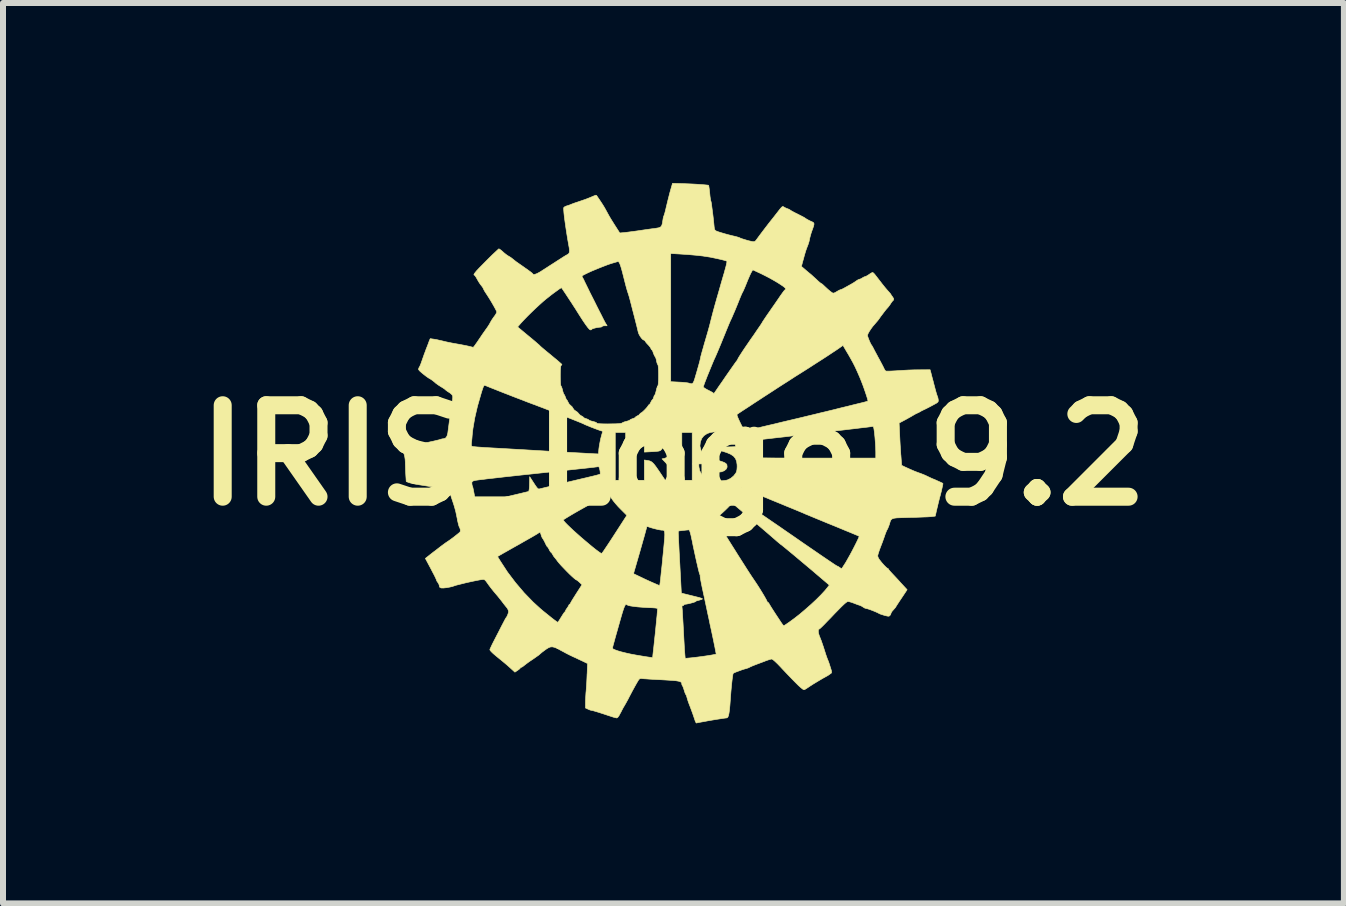
<source format=kicad_pcb>
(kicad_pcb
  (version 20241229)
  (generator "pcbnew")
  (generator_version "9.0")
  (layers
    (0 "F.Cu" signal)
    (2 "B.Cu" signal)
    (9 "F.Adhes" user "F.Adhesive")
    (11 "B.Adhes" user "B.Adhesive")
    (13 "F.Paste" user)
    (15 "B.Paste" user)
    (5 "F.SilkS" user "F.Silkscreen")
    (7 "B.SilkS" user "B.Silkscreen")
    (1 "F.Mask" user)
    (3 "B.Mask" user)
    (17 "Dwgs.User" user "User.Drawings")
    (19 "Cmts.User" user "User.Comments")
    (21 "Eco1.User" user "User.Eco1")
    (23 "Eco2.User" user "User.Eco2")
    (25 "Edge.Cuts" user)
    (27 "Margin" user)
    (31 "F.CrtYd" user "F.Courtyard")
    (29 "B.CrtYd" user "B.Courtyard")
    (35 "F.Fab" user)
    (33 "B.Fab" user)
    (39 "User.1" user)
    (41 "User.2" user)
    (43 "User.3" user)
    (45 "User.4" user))
  (footprint "IRIS_Logo_9.2"
    (layer "F.Cu")
    (at 8.172 4.537)
    (property "Reference" "IRIS_Logo_9.2" (at 0 0 0) (layer "F.SilkS") (effects (font (size 1.524 1.524) (thickness 0.3))))
    (attr through_hole)
    (fp_poly (pts (xy -0.39 -0.242) (xy -0.309 -0.239) (xy -0.249 -0.231) (xy -0.208 -0.215) (xy -0.183 -0.193) (xy -0.173 -0.162) (xy -0.173 -0.154) (xy -0.181 -0.128) (xy -0.198 -0.099) (xy -0.199 -0.098) (xy -0.212 -0.085) (xy -0.227 -0.076) (xy -0.248 -0.07) (xy -0.281 -0.066) (xy -0.33 -0.062) (xy -0.355 -0.061) (xy -0.485 -0.054) (xy -0.485 -0.242) (xy -0.39 -0.242)) (stroke (width 0.01) (type solid)) (fill yes) (layer "F.SilkS"))
    (fp_poly (pts (xy 0.099 -4.529) (xy 0.168 -4.527) (xy 0.242 -4.524) (xy 0.316 -4.521) (xy 0.389 -4.517) (xy 0.455 -4.512) (xy 0.511 -4.508) (xy 0.554 -4.504) (xy 0.58 -4.501) (xy 0.585 -4.499) (xy 0.589 -4.485) (xy 0.594 -4.453) (xy 0.6 -4.408) (xy 0.604 -4.367) (xy 0.609 -4.316) (xy 0.615 -4.274) (xy 0.62 -4.246) (xy 0.623 -4.237) (xy 0.627 -4.224) (xy 0.633 -4.192) (xy 0.639 -4.143) (xy 0.647 -4.082) (xy 0.656 -4.012) (xy 0.665 -3.936) (xy 0.673 -3.857) (xy 0.678 -3.806) (xy 0.683 -3.771) (xy 0.693 -3.751) (xy 0.712 -3.738) (xy 0.72 -3.735) (xy 0.752 -3.723) (xy 0.8 -3.708) (xy 0.858 -3.691) (xy 0.92 -3.674) (xy 0.98 -3.659) (xy 1.028 -3.648) (xy 1.065 -3.638) (xy 1.093 -3.629) (xy 1.103 -3.625) (xy 1.12 -3.616) (xy 1.154 -3.605) (xy 1.196 -3.592) (xy 1.242 -3.578) (xy 1.285 -3.568) (xy 1.317 -3.561) (xy 1.322 -3.56) (xy 1.347 -3.56) (xy 1.366 -3.572) (xy 1.385 -3.596) (xy 1.412 -3.633) (xy 1.449 -3.683) (xy 1.492 -3.74) (xy 1.537 -3.799) (xy 1.58 -3.855) (xy 1.616 -3.901) (xy 1.628 -3.916) (xy 1.66 -3.956) (xy 1.699 -4.006) (xy 1.738 -4.056) (xy 1.748 -4.069) (xy 1.78 -4.11) (xy 1.802 -4.134) (xy 1.816 -4.145) (xy 1.827 -4.146) (xy 1.834 -4.141) (xy 1.858 -4.127) (xy 1.89 -4.113) (xy 1.896 -4.111) (xy 1.924 -4.1) (xy 1.94 -4.091) (xy 1.942 -4.089) (xy 1.953 -4.081) (xy 1.981 -4.065) (xy 2.02 -4.044) (xy 2.061 -4.024) (xy 2.108 -4) (xy 2.149 -3.979) (xy 2.177 -3.964) (xy 2.188 -3.957) (xy 2.211 -3.941) (xy 2.246 -3.921) (xy 2.284 -3.902) (xy 2.312 -3.89) (xy 2.33 -3.88) (xy 2.34 -3.867) (xy 2.341 -3.846) (xy 2.333 -3.814) (xy 2.316 -3.765) (xy 2.309 -3.747) (xy 2.292 -3.697) (xy 2.278 -3.647) (xy 2.268 -3.608) (xy 2.268 -3.603) (xy 2.259 -3.562) (xy 2.244 -3.514) (xy 2.232 -3.484) (xy 2.22 -3.452) (xy 2.208 -3.419) (xy 2.196 -3.381) (xy 2.182 -3.333) (xy 2.165 -3.27) (xy 2.15 -3.217) (xy 2.132 -3.148) (xy 2.18 -3.107) (xy 2.217 -3.075) (xy 2.256 -3.042) (xy 2.27 -3.031) (xy 2.3 -3.006) (xy 2.338 -2.971) (xy 2.378 -2.935) (xy 2.383 -2.93) (xy 2.416 -2.899) (xy 2.443 -2.876) (xy 2.46 -2.864) (xy 2.462 -2.863) (xy 2.475 -2.856) (xy 2.498 -2.836) (xy 2.521 -2.814) (xy 2.574 -2.765) (xy 2.617 -2.729) (xy 2.648 -2.707) (xy 2.664 -2.702) (xy 2.682 -2.707) (xy 2.711 -2.722) (xy 2.725 -2.731) (xy 2.755 -2.748) (xy 2.779 -2.759) (xy 2.785 -2.76) (xy 2.803 -2.766) (xy 2.832 -2.78) (xy 2.857 -2.794) (xy 2.9 -2.818) (xy 2.943 -2.842) (xy 2.961 -2.852) (xy 3 -2.875) (xy 3.038 -2.9) (xy 3.044 -2.905) (xy 3.072 -2.923) (xy 3.093 -2.932) (xy 3.096 -2.933) (xy 3.116 -2.939) (xy 3.143 -2.953) (xy 3.146 -2.956) (xy 3.173 -2.971) (xy 3.194 -2.979) (xy 3.195 -2.979) (xy 3.212 -2.985) (xy 3.24 -3.001) (xy 3.258 -3.013) (xy 3.287 -3.033) (xy 3.311 -3.045) (xy 3.318 -3.047) (xy 3.332 -3.039) (xy 3.353 -3.017) (xy 3.363 -3.004) (xy 3.422 -2.928) (xy 3.476 -2.858) (xy 3.524 -2.798) (xy 3.563 -2.752) (xy 3.582 -2.731) (xy 3.606 -2.704) (xy 3.622 -2.684) (xy 3.625 -2.677) (xy 3.632 -2.665) (xy 3.648 -2.644) (xy 3.668 -2.613) (xy 3.668 -2.589) (xy 3.659 -2.58) (xy 3.646 -2.566) (xy 3.627 -2.541) (xy 3.619 -2.527) (xy 3.597 -2.495) (xy 3.576 -2.468) (xy 3.57 -2.461) (xy 3.549 -2.438) (xy 3.52 -2.402) (xy 3.487 -2.358) (xy 3.454 -2.315) (xy 3.429 -2.279) (xy 3.404 -2.245) (xy 3.371 -2.207) (xy 3.356 -2.189) (xy 3.321 -2.149) (xy 3.289 -2.105) (xy 3.261 -2.062) (xy 3.241 -2.025) (xy 3.233 -2) (xy 3.233 -1.999) (xy 3.237 -1.979) (xy 3.249 -1.946) (xy 3.264 -1.908) (xy 3.28 -1.872) (xy 3.294 -1.845) (xy 3.301 -1.836) (xy 3.31 -1.822) (xy 3.324 -1.797) (xy 3.328 -1.79) (xy 3.341 -1.764) (xy 3.362 -1.724) (xy 3.389 -1.674) (xy 3.418 -1.619) (xy 3.423 -1.611) (xy 3.452 -1.557) (xy 3.478 -1.508) (xy 3.498 -1.469) (xy 3.51 -1.444) (xy 3.511 -1.441) (xy 3.525 -1.416) (xy 3.54 -1.404) (xy 3.557 -1.403) (xy 3.592 -1.403) (xy 3.642 -1.405) (xy 3.702 -1.408) (xy 3.744 -1.411) (xy 3.826 -1.416) (xy 3.918 -1.421) (xy 4.01 -1.424) (xy 4.091 -1.425) (xy 4.104 -1.425) (xy 4.276 -1.426) (xy 4.292 -1.368) (xy 4.3 -1.335) (xy 4.313 -1.286) (xy 4.329 -1.227) (xy 4.345 -1.164) (xy 4.347 -1.158) (xy 4.362 -1.1) (xy 4.376 -1.049) (xy 4.388 -1.01) (xy 4.396 -0.987) (xy 4.397 -0.985) (xy 4.406 -0.959) (xy 4.412 -0.926) (xy 4.413 -0.903) (xy 4.405 -0.887) (xy 4.385 -0.871) (xy 4.358 -0.856) (xy 4.303 -0.826) (xy 4.246 -0.796) (xy 4.194 -0.77) (xy 4.156 -0.752) (xy 4.128 -0.738) (xy 4.11 -0.727) (xy 4.086 -0.714) (xy 4.064 -0.704) (xy 4.036 -0.691) (xy 4.001 -0.671) (xy 3.989 -0.664) (xy 3.957 -0.645) (xy 3.912 -0.62) (xy 3.864 -0.593) (xy 3.852 -0.587) (xy 3.76 -0.538) (xy 3.768 -0.359) (xy 3.772 -0.277) (xy 3.777 -0.184) (xy 3.783 -0.091) (xy 3.788 -0.01) (xy 3.789 -0.006) (xy 3.802 0.167) (xy 3.855 0.193) (xy 3.946 0.234) (xy 4.02 0.266) (xy 4.083 0.29) (xy 4.098 0.295) (xy 4.141 0.311) (xy 4.193 0.332) (xy 4.239 0.354) (xy 4.277 0.372) (xy 4.306 0.386) (xy 4.322 0.392) (xy 4.323 0.393) (xy 4.335 0.397) (xy 4.361 0.408) (xy 4.396 0.424) (xy 4.432 0.44) (xy 4.464 0.455) (xy 4.485 0.465) (xy 4.489 0.468) (xy 4.489 0.48) (xy 4.483 0.51) (xy 4.474 0.551) (xy 4.463 0.6) (xy 4.45 0.651) (xy 4.44 0.687) (xy 4.425 0.745) (xy 4.406 0.822) (xy 4.384 0.914) (xy 4.374 0.96) (xy 4.362 1.013) (xy 4.302 1.021) (xy 4.274 1.023) (xy 4.227 1.026) (xy 4.165 1.028) (xy 4.091 1.031) (xy 4.01 1.034) (xy 3.945 1.035) (xy 3.852 1.038) (xy 3.779 1.04) (xy 3.724 1.042) (xy 3.683 1.047) (xy 3.654 1.054) (xy 3.635 1.065) (xy 3.622 1.08) (xy 3.612 1.101) (xy 3.604 1.128) (xy 3.596 1.155) (xy 3.582 1.192) (xy 3.57 1.222) (xy 3.563 1.234) (xy 3.553 1.252) (xy 3.539 1.286) (xy 3.523 1.328) (xy 3.52 1.338) (xy 3.502 1.39) (xy 3.479 1.453) (xy 3.455 1.515) (xy 3.447 1.536) (xy 3.429 1.585) (xy 3.414 1.63) (xy 3.405 1.664) (xy 3.403 1.676) (xy 3.409 1.699) (xy 3.426 1.731) (xy 3.459 1.773) (xy 3.476 1.794) (xy 3.509 1.831) (xy 3.538 1.86) (xy 3.558 1.878) (xy 3.565 1.881) (xy 3.578 1.888) (xy 3.579 1.891) (xy 3.586 1.904) (xy 3.605 1.927) (xy 3.622 1.946) (xy 3.646 1.972) (xy 3.682 2.01) (xy 3.724 2.055) (xy 3.769 2.104) (xy 3.779 2.116) (xy 3.893 2.239) (xy 3.8 2.379) (xy 3.767 2.428) (xy 3.739 2.471) (xy 3.718 2.503) (xy 3.707 2.521) (xy 3.706 2.524) (xy 3.699 2.535) (xy 3.68 2.557) (xy 3.666 2.573) (xy 3.642 2.6) (xy 3.628 2.623) (xy 3.625 2.631) (xy 3.618 2.653) (xy 3.608 2.667) (xy 3.596 2.678) (xy 3.583 2.681) (xy 3.56 2.678) (xy 3.523 2.669) (xy 3.518 2.668) (xy 3.477 2.655) (xy 3.441 2.643) (xy 3.423 2.634) (xy 3.396 2.62) (xy 3.357 2.603) (xy 3.313 2.585) (xy 3.27 2.569) (xy 3.233 2.557) (xy 3.211 2.552) (xy 3.21 2.552) (xy 3.186 2.545) (xy 3.162 2.53) (xy 3.131 2.511) (xy 3.106 2.5) (xy 3.08 2.492) (xy 3.042 2.478) (xy 3.006 2.464) (xy 2.964 2.449) (xy 2.928 2.439) (xy 2.907 2.436) (xy 2.893 2.441) (xy 2.871 2.456) (xy 2.841 2.482) (xy 2.799 2.522) (xy 2.746 2.576) (xy 2.689 2.634) (xy 2.618 2.709) (xy 2.56 2.768) (xy 2.516 2.814) (xy 2.482 2.848) (xy 2.457 2.872) (xy 2.44 2.887) (xy 2.429 2.895) (xy 2.423 2.898) (xy 2.422 2.898) (xy 2.415 2.908) (xy 2.413 2.933) (xy 2.417 2.965) (xy 2.427 2.998) (xy 2.429 3.004) (xy 2.463 3.09) (xy 2.498 3.192) (xy 2.522 3.267) (xy 2.537 3.315) (xy 2.552 3.358) (xy 2.563 3.388) (xy 2.565 3.394) (xy 2.577 3.422) (xy 2.588 3.451) (xy 2.6 3.487) (xy 2.616 3.538) (xy 2.618 3.544) (xy 2.631 3.586) (xy 2.635 3.612) (xy 2.632 3.626) (xy 2.627 3.631) (xy 2.573 3.669) (xy 2.528 3.694) (xy 2.49 3.715) (xy 2.439 3.745) (xy 2.382 3.779) (xy 2.326 3.813) (xy 2.278 3.844) (xy 2.251 3.862) (xy 2.218 3.884) (xy 2.19 3.901) (xy 2.179 3.906) (xy 2.167 3.904) (xy 2.148 3.892) (xy 2.12 3.869) (xy 2.081 3.834) (xy 2.033 3.786) (xy 1.972 3.724) (xy 1.898 3.647) (xy 1.81 3.554) (xy 1.786 3.528) (xy 1.734 3.474) (xy 1.691 3.433) (xy 1.659 3.406) (xy 1.64 3.395) (xy 1.638 3.394) (xy 1.617 3.398) (xy 1.581 3.409) (xy 1.537 3.424) (xy 1.521 3.431) (xy 1.465 3.452) (xy 1.406 3.474) (xy 1.356 3.493) (xy 1.351 3.495) (xy 1.311 3.511) (xy 1.28 3.525) (xy 1.264 3.533) (xy 1.264 3.533) (xy 1.248 3.541) (xy 1.216 3.552) (xy 1.183 3.561) (xy 1.144 3.573) (xy 1.098 3.59) (xy 1.052 3.607) (xy 1.015 3.622) (xy 0.995 3.633) (xy 0.991 3.645) (xy 0.986 3.678) (xy 0.979 3.726) (xy 0.972 3.786) (xy 0.965 3.856) (xy 0.958 3.93) (xy 0.952 4.006) (xy 0.947 4.076) (xy 0.94 4.17) (xy 0.933 4.243) (xy 0.925 4.298) (xy 0.917 4.336) (xy 0.907 4.36) (xy 0.895 4.373) (xy 0.882 4.376) (xy 0.863 4.378) (xy 0.826 4.383) (xy 0.775 4.391) (xy 0.715 4.4) (xy 0.65 4.411) (xy 0.584 4.422) (xy 0.521 4.434) (xy 0.465 4.444) (xy 0.421 4.452) (xy 0.392 4.458) (xy 0.383 4.461) (xy 0.375 4.454) (xy 0.363 4.43) (xy 0.352 4.396) (xy 0.338 4.355) (xy 0.319 4.3) (xy 0.297 4.24) (xy 0.281 4.197) (xy 0.26 4.143) (xy 0.242 4.093) (xy 0.23 4.053) (xy 0.224 4.032) (xy 0.216 4.005) (xy 0.208 3.989) (xy 0.207 3.988) (xy 0.199 3.975) (xy 0.188 3.946) (xy 0.178 3.913) (xy 0.166 3.876) (xy 0.155 3.848) (xy 0.148 3.838) (xy 0.14 3.822) (xy 0.139 3.81) (xy 0.136 3.794) (xy 0.128 3.781) (xy 0.11 3.771) (xy 0.082 3.763) (xy 0.04 3.756) (xy -0.018 3.751) (xy -0.095 3.746) (xy -0.179 3.741) (xy -0.259 3.737) (xy -0.335 3.733) (xy -0.402 3.729) (xy -0.457 3.725) (xy -0.494 3.723) (xy -0.504 3.722) (xy -0.539 3.718) (xy -0.56 3.722) (xy -0.576 3.735) (xy -0.592 3.76) (xy -0.615 3.799) (xy -0.648 3.858) (xy -0.69 3.935) (xy -0.74 4.03) (xy -0.756 4.062) (xy -0.779 4.104) (xy -0.802 4.145) (xy -0.816 4.169) (xy -0.834 4.199) (xy -0.857 4.242) (xy -0.88 4.288) (xy -0.883 4.292) (xy -0.908 4.339) (xy -0.928 4.366) (xy -0.944 4.376) (xy -0.946 4.376) (xy -0.965 4.372) (xy -1.001 4.363) (xy -1.047 4.348) (xy -1.081 4.337) (xy -1.171 4.307) (xy -1.246 4.283) (xy -1.306 4.265) (xy -1.347 4.253) (xy -1.37 4.249) (xy -1.371 4.249) (xy -1.39 4.244) (xy -1.419 4.232) (xy -1.425 4.229) (xy -1.466 4.21) (xy -1.466 4.127) (xy -1.465 4.078) (xy -1.462 4.017) (xy -1.458 3.952) (xy -1.455 3.925) (xy -1.451 3.866) (xy -1.446 3.793) (xy -1.442 3.715) (xy -1.439 3.641) (xy -1.438 3.637) (xy -1.432 3.469) (xy -1.521 3.426) (xy -1.575 3.401) (xy -1.633 3.373) (xy -1.683 3.351) (xy -1.686 3.349) (xy -1.73 3.328) (xy -1.785 3.3) (xy -1.842 3.269) (xy -1.865 3.257) (xy -1.927 3.223) (xy -1.944 3.215) (xy -1.016 3.215) (xy -1.005 3.227) (xy -0.974 3.241) (xy -0.927 3.258) (xy -0.865 3.276) (xy -0.792 3.294) (xy -0.711 3.312) (xy -0.625 3.328) (xy -0.548 3.341) (xy -0.476 3.353) (xy -0.423 3.361) (xy -0.387 3.366) (xy -0.365 3.369) (xy -0.352 3.369) (xy -0.347 3.368) (xy -0.346 3.365) (xy -0.346 3.363) (xy -0.345 3.348) (xy -0.342 3.316) (xy -0.337 3.273) (xy -0.334 3.25) (xy -0.328 3.195) (xy -0.321 3.128) (xy -0.313 3.052) (xy -0.304 2.971) (xy -0.296 2.89) (xy -0.288 2.81) (xy -0.281 2.736) (xy -0.274 2.671) (xy -0.27 2.619) (xy -0.267 2.583) (xy -0.266 2.568) (xy -0.267 2.558) (xy -0.272 2.551) (xy -0.286 2.546) (xy -0.312 2.543) (xy -0.352 2.54) (xy -0.412 2.538) (xy -0.43 2.537) (xy -0.514 2.532) (xy -0.592 2.526) (xy -0.66 2.518) (xy -0.715 2.51) (xy -0.754 2.501) (xy -0.774 2.491) (xy -0.775 2.49) (xy -0.786 2.481) (xy -0.798 2.487) (xy -0.812 2.51) (xy -0.829 2.551) (xy -0.849 2.612) (xy -0.869 2.68) (xy -0.904 2.803) (xy -0.933 2.906) (xy -0.957 2.99) (xy -0.976 3.058) (xy -0.99 3.11) (xy -1.001 3.15) (xy -1.009 3.179) (xy -1.013 3.198) (xy -1.015 3.21) (xy -1.016 3.215) (xy -1.944 3.215) (xy -1.975 3.202) (xy -2.012 3.192) (xy -2.043 3.192) (xy -2.072 3.201) (xy -2.08 3.205) (xy -2.111 3.223) (xy -2.15 3.251) (xy -2.19 3.281) (xy -2.222 3.308) (xy -2.234 3.319) (xy -2.248 3.331) (xy -2.277 3.351) (xy -2.315 3.378) (xy -2.338 3.394) (xy -2.401 3.436) (xy -2.45 3.472) (xy -2.495 3.507) (xy -2.514 3.522) (xy -2.533 3.532) (xy -2.54 3.533) (xy -2.551 3.54) (xy -2.552 3.543) (xy -2.56 3.555) (xy -2.583 3.573) (xy -2.597 3.583) (xy -2.642 3.613) (xy -2.721 3.541) (xy -2.769 3.498) (xy -2.825 3.451) (xy -2.878 3.407) (xy -2.886 3.401) (xy -2.952 3.347) (xy -3.004 3.303) (xy -3.039 3.269) (xy -3.057 3.246) (xy -3.06 3.239) (xy -3.055 3.224) (xy -3.041 3.194) (xy -3.022 3.153) (xy -3.007 3.123) (xy -2.953 3.018) (xy -2.906 2.927) (xy -2.867 2.85) (xy -2.835 2.789) (xy -2.812 2.745) (xy -2.798 2.719) (xy -2.794 2.713) (xy -2.776 2.687) (xy -2.76 2.651) (xy -2.749 2.616) (xy -2.748 2.603) (xy -2.755 2.574) (xy -2.774 2.541) (xy -2.78 2.535) (xy -2.804 2.505) (xy -2.835 2.466) (xy -2.857 2.436) (xy -2.891 2.393) (xy -2.928 2.347) (xy -2.95 2.321) (xy -2.999 2.263) (xy -3.039 2.213) (xy -3.079 2.16) (xy -3.1 2.13) (xy -3.125 2.096) (xy -3.143 2.077) (xy -3.16 2.069) (xy -3.181 2.069) (xy -3.192 2.07) (xy -3.225 2.075) (xy -3.273 2.084) (xy -3.332 2.096) (xy -3.397 2.11) (xy -3.464 2.125) (xy -3.528 2.141) (xy -3.584 2.155) (xy -3.627 2.166) (xy -3.653 2.175) (xy -3.654 2.175) (xy -3.682 2.185) (xy -3.725 2.195) (xy -3.773 2.204) (xy -3.779 2.205) (xy -3.835 2.211) (xy -3.872 2.21) (xy -3.893 2.2) (xy -3.902 2.18) (xy -3.902 2.171) (xy -3.909 2.148) (xy -3.925 2.121) (xy -3.942 2.097) (xy -3.949 2.079) (xy -3.949 2.079) (xy -3.954 2.065) (xy -3.968 2.034) (xy -3.99 1.99) (xy -4.018 1.937) (xy -4.041 1.892) (xy -4.134 1.718) (xy -4.108 1.697) (xy -4.094 1.687) (xy -2.932 1.687) (xy -2.884 1.764) (xy -2.766 1.945) (xy -2.632 2.122) (xy -2.488 2.291) (xy -2.339 2.445) (xy -2.223 2.551) (xy -2.176 2.591) (xy -2.125 2.632) (xy -2.074 2.673) (xy -2.026 2.712) (xy -1.984 2.744) (xy -1.951 2.768) (xy -1.932 2.781) (xy -1.928 2.782) (xy -1.92 2.773) (xy -1.903 2.749) (xy -1.881 2.713) (xy -1.87 2.696) (xy -1.846 2.657) (xy -1.826 2.627) (xy -1.813 2.611) (xy -1.81 2.609) (xy -1.802 2.6) (xy -1.801 2.596) (xy -1.795 2.579) (xy -1.778 2.553) (xy -1.772 2.545) (xy -1.754 2.518) (xy -1.744 2.498) (xy -1.743 2.495) (xy -1.735 2.483) (xy -1.732 2.482) (xy -1.721 2.474) (xy -1.72 2.472) (xy -1.714 2.459) (xy -1.698 2.43) (xy -1.673 2.389) (xy -1.642 2.34) (xy -1.622 2.308) (xy -1.524 2.156) (xy -1.565 2.117) (xy -1.591 2.094) (xy -1.61 2.08) (xy -1.615 2.078) (xy -1.63 2.07) (xy -1.657 2.048) (xy -1.694 2.015) (xy -1.737 1.974) (xy -1.739 1.972) (xy -0.666 1.972) (xy -0.532 2.036) (xy -0.474 2.064) (xy -0.413 2.092) (xy -0.355 2.118) (xy -0.304 2.14) (xy -0.263 2.158) (xy -0.237 2.168) (xy -0.23 2.17) (xy -0.228 2.159) (xy -0.223 2.127) (xy -0.217 2.078) (xy -0.21 2.013) (xy -0.202 1.934) (xy -0.192 1.845) (xy -0.182 1.748) (xy -0.18 1.719) (xy -0.168 1.603) (xy -0.159 1.507) (xy -0.152 1.431) (xy -0.147 1.371) (xy -0.145 1.325) (xy -0.146 1.297) (xy 0.08 1.297) (xy 0.081 1.316) (xy 0.083 1.356) (xy 0.085 1.413) (xy 0.089 1.486) (xy 0.093 1.571) (xy 0.098 1.666) (xy 0.103 1.768) (xy 0.106 1.815) (xy 0.131 2.296) (xy 0.317 2.342) (xy 0.385 2.359) (xy 0.433 2.371) (xy 0.463 2.381) (xy 0.479 2.387) (xy 0.482 2.393) (xy 0.476 2.398) (xy 0.468 2.401) (xy 0.431 2.413) (xy 0.401 2.421) (xy 0.378 2.428) (xy 0.369 2.436) (xy 0.359 2.442) (xy 0.333 2.451) (xy 0.297 2.461) (xy 0.258 2.471) (xy 0.222 2.478) (xy 0.195 2.482) (xy 0.192 2.482) (xy 0.176 2.488) (xy 0.173 2.494) (xy 0.164 2.504) (xy 0.155 2.505) (xy 0.142 2.511) (xy 0.142 2.533) (xy 0.143 2.537) (xy 0.145 2.556) (xy 0.148 2.595) (xy 0.151 2.651) (xy 0.155 2.722) (xy 0.16 2.804) (xy 0.165 2.895) (xy 0.169 2.976) (xy 0.174 3.07) (xy 0.179 3.157) (xy 0.183 3.233) (xy 0.188 3.296) (xy 0.192 3.344) (xy 0.195 3.374) (xy 0.197 3.383) (xy 0.211 3.382) (xy 0.243 3.379) (xy 0.288 3.375) (xy 0.325 3.371) (xy 0.4 3.362) (xy 0.484 3.351) (xy 0.567 3.339) (xy 0.641 3.327) (xy 0.682 3.319) (xy 0.712 3.313) (xy 0.696 3.229) (xy 0.69 3.197) (xy 0.679 3.145) (xy 0.666 3.079) (xy 0.649 3) (xy 0.631 2.914) (xy 0.611 2.824) (xy 0.606 2.8) (xy 0.588 2.712) (xy 0.57 2.631) (xy 0.555 2.559) (xy 0.542 2.499) (xy 0.533 2.455) (xy 0.527 2.429) (xy 0.526 2.425) (xy 0.522 2.404) (xy 0.514 2.365) (xy 0.502 2.313) (xy 0.489 2.251) (xy 0.479 2.206) (xy 0.466 2.142) (xy 0.455 2.085) (xy 0.447 2.04) (xy 0.444 2.01) (xy 0.444 2.001) (xy 0.445 1.99) (xy 0.441 1.99) (xy 0.437 1.981) (xy 0.428 1.951) (xy 0.416 1.905) (xy 0.402 1.844) (xy 0.385 1.771) (xy 0.367 1.69) (xy 0.348 1.602) (xy 0.328 1.51) (xy 0.31 1.418) (xy 0.305 1.397) (xy 0.291 1.331) (xy 0.278 1.282) (xy 0.267 1.252) (xy 0.259 1.242) (xy 0.243 1.243) (xy 0.211 1.246) (xy 0.169 1.251) (xy 0.165 1.251) (xy 0.081 1.261) (xy 0.08 1.297) (xy -0.146 1.297) (xy -0.146 1.293) (xy -0.149 1.271) (xy -0.155 1.257) (xy -0.163 1.25) (xy -0.174 1.247) (xy -0.188 1.247) (xy -0.196 1.247) (xy -0.223 1.243) (xy -0.264 1.235) (xy -0.313 1.223) (xy -0.361 1.21) (xy -0.402 1.197) (xy -0.416 1.192) (xy -0.438 1.186) (xy -0.446 1.193) (xy -0.447 1.199) (xy -0.45 1.214) (xy -0.46 1.249) (xy -0.474 1.301) (xy -0.492 1.366) (xy -0.514 1.443) (xy -0.538 1.528) (xy -0.557 1.595) (xy -0.666 1.972) (xy -1.739 1.972) (xy -1.782 1.929) (xy -1.828 1.881) (xy -1.871 1.836) (xy -1.908 1.794) (xy -1.935 1.761) (xy -1.94 1.753) (xy -1.962 1.724) (xy -1.98 1.702) (xy -1.983 1.699) (xy -1.999 1.678) (xy -2.015 1.65) (xy -2.029 1.627) (xy -2.04 1.616) (xy -2.041 1.616) (xy -2.051 1.607) (xy -2.065 1.583) (xy -2.071 1.57) (xy -2.086 1.542) (xy -2.098 1.526) (xy -2.101 1.524) (xy -2.11 1.514) (xy -2.124 1.489) (xy -2.136 1.463) (xy -2.154 1.427) (xy -2.17 1.399) (xy -2.178 1.388) (xy -2.191 1.367) (xy -2.203 1.336) (xy -2.205 1.327) (xy -2.214 1.299) (xy -2.222 1.283) (xy -2.224 1.282) (xy -2.237 1.287) (xy -2.26 1.302) (xy -2.261 1.303) (xy -2.279 1.314) (xy -2.314 1.335) (xy -2.364 1.364) (xy -2.424 1.398) (xy -2.493 1.437) (xy -2.566 1.479) (xy -2.641 1.521) (xy -2.712 1.561) (xy -2.775 1.597) (xy -2.827 1.626) (xy -2.865 1.648) (xy -2.886 1.66) (xy -2.932 1.687) (xy -4.094 1.687) (xy -4.077 1.673) (xy -4.055 1.655) (xy -4.029 1.635) (xy -3.996 1.609) (xy -3.986 1.602) (xy -3.953 1.577) (xy -3.912 1.545) (xy -3.881 1.521) (xy -3.838 1.489) (xy -3.793 1.456) (xy -3.764 1.437) (xy -3.719 1.406) (xy -3.661 1.363) (xy -3.597 1.312) (xy -3.559 1.281) (xy -3.551 1.262) (xy -3.553 1.232) (xy -3.563 1.203) (xy -3.568 1.195) (xy -3.575 1.179) (xy -3.583 1.15) (xy -3.594 1.104) (xy -3.599 1.078) (xy -1.836 1.078) (xy -1.827 1.093) (xy -1.803 1.121) (xy -1.767 1.158) (xy -1.719 1.204) (xy -1.664 1.256) (xy -1.602 1.311) (xy -1.538 1.368) (xy -1.472 1.424) (xy -1.408 1.478) (xy -1.349 1.527) (xy -1.295 1.57) (xy -1.251 1.603) (xy -1.218 1.626) (xy -1.198 1.635) (xy -1.196 1.635) (xy -1.187 1.625) (xy -1.167 1.598) (xy -1.139 1.556) (xy -1.102 1.501) (xy -1.059 1.436) (xy -1.012 1.364) (xy -0.981 1.316) (xy -0.81 1.051) (xy 0.701 1.051) (xy 0.705 1.062) (xy 0.721 1.09) (xy 0.746 1.132) (xy 0.78 1.188) (xy 0.821 1.255) (xy 0.867 1.33) (xy 0.917 1.411) (xy 0.971 1.497) (xy 1.026 1.584) (xy 1.081 1.672) (xy 1.135 1.757) (xy 1.186 1.837) (xy 1.233 1.911) (xy 1.275 1.976) (xy 1.31 2.029) (xy 1.338 2.07) (xy 1.339 2.072) (xy 1.373 2.122) (xy 1.409 2.177) (xy 1.445 2.234) (xy 1.48 2.291) (xy 1.511 2.343) (xy 1.536 2.387) (xy 1.554 2.42) (xy 1.561 2.437) (xy 1.561 2.439) (xy 1.567 2.447) (xy 1.571 2.448) (xy 1.584 2.457) (xy 1.591 2.468) (xy 1.601 2.486) (xy 1.622 2.521) (xy 1.653 2.57) (xy 1.693 2.632) (xy 1.74 2.703) (xy 1.792 2.782) (xy 1.794 2.785) (xy 1.815 2.815) (xy 1.831 2.835) (xy 1.837 2.84) (xy 1.849 2.834) (xy 1.875 2.817) (xy 1.91 2.793) (xy 1.929 2.78) (xy 2.015 2.717) (xy 2.107 2.645) (xy 2.2 2.566) (xy 2.292 2.485) (xy 2.379 2.404) (xy 2.457 2.326) (xy 2.522 2.256) (xy 2.56 2.21) (xy 2.597 2.162) (xy 2.456 2.042) (xy 2.39 1.986) (xy 2.319 1.925) (xy 2.245 1.863) (xy 2.17 1.8) (xy 2.096 1.738) (xy 2.026 1.679) (xy 1.961 1.625) (xy 1.904 1.578) (xy 1.857 1.539) (xy 1.821 1.51) (xy 1.8 1.493) (xy 1.794 1.489) (xy 1.784 1.482) (xy 1.76 1.462) (xy 1.724 1.432) (xy 1.681 1.394) (xy 1.653 1.37) (xy 1.608 1.331) (xy 1.549 1.28) (xy 1.48 1.221) (xy 1.405 1.157) (xy 1.328 1.091) (xy 1.252 1.027) (xy 1.249 1.023) (xy 0.979 0.796) (xy 0.902 0.875) (xy 0.86 0.916) (xy 0.816 0.957) (xy 0.778 0.991) (xy 0.768 0.999) (xy 0.736 1.023) (xy 0.712 1.043) (xy 0.701 1.051) (xy -0.81 1.051) (xy -0.777 1) (xy -0.876 0.901) (xy -0.921 0.855) (xy -0.964 0.806) (xy -1.001 0.761) (xy -1.021 0.733) (xy -1.044 0.698) (xy 1.058 0.698) (xy 1.059 0.704) (xy 1.072 0.714) (xy 1.099 0.733) (xy 1.138 0.759) (xy 1.178 0.786) (xy 1.208 0.806) (xy 1.254 0.838) (xy 1.316 0.88) (xy 1.39 0.93) (xy 1.475 0.989) (xy 1.568 1.053) (xy 1.667 1.121) (xy 1.771 1.192) (xy 1.847 1.245) (xy 2.004 1.353) (xy 2.142 1.449) (xy 2.263 1.532) (xy 2.368 1.604) (xy 2.458 1.666) (xy 2.533 1.717) (xy 2.595 1.759) (xy 2.644 1.792) (xy 2.681 1.817) (xy 2.708 1.834) (xy 2.725 1.844) (xy 2.733 1.847) (xy 2.733 1.848) (xy 2.748 1.854) (xy 2.77 1.87) (xy 2.771 1.87) (xy 2.792 1.884) (xy 2.803 1.888) (xy 2.803 1.888) (xy 2.811 1.877) (xy 2.828 1.851) (xy 2.851 1.815) (xy 2.865 1.794) (xy 2.887 1.756) (xy 2.914 1.708) (xy 2.945 1.653) (xy 2.977 1.593) (xy 3.008 1.533) (xy 3.037 1.476) (xy 3.062 1.425) (xy 3.081 1.385) (xy 3.092 1.358) (xy 3.094 1.348) (xy 3.082 1.343) (xy 3.052 1.33) (xy 3.004 1.31) (xy 2.942 1.284) (xy 2.868 1.254) (xy 2.784 1.219) (xy 2.692 1.181) (xy 2.655 1.166) (xy 2.559 1.127) (xy 2.467 1.089) (xy 2.382 1.054) (xy 2.307 1.023) (xy 2.245 0.997) (xy 2.198 0.978) (xy 2.169 0.965) (xy 2.165 0.963) (xy 2.141 0.953) (xy 2.098 0.935) (xy 2.04 0.911) (xy 1.97 0.882) (xy 1.891 0.85) (xy 1.807 0.815) (xy 1.719 0.779) (xy 1.631 0.743) (xy 1.547 0.708) (xy 1.469 0.677) (xy 1.401 0.649) (xy 1.378 0.64) (xy 1.332 0.621) (xy 1.293 0.605) (xy 1.267 0.593) (xy 1.262 0.59) (xy 1.242 0.581) (xy 1.211 0.568) (xy 1.178 0.556) (xy 1.151 0.546) (xy 1.138 0.543) (xy 1.129 0.552) (xy 1.114 0.576) (xy 1.096 0.609) (xy 1.079 0.645) (xy 1.066 0.677) (xy 1.058 0.698) (xy -1.044 0.698) (xy -1.045 0.697) (xy -1.064 0.669) (xy -1.075 0.654) (xy -1.076 0.654) (xy -1.087 0.657) (xy -1.116 0.67) (xy -1.159 0.692) (xy -1.215 0.721) (xy -1.279 0.755) (xy -1.35 0.794) (xy -1.425 0.835) (xy -1.5 0.877) (xy -1.575 0.919) (xy -1.645 0.959) (xy -1.708 0.996) (xy -1.761 1.028) (xy -1.802 1.053) (xy -1.828 1.07) (xy -1.836 1.078) (xy -3.599 1.078) (xy -3.602 1.062) (xy -3.616 0.994) (xy -3.628 0.937) (xy -3.642 0.885) (xy -3.658 0.83) (xy -3.679 0.766) (xy -3.702 0.698) (xy -3.712 0.663) (xy -3.717 0.632) (xy -3.718 0.627) (xy -3.723 0.603) (xy -3.73 0.594) (xy -3.748 0.588) (xy -3.782 0.578) (xy -3.829 0.566) (xy -3.884 0.554) (xy -3.94 0.541) (xy -3.993 0.53) (xy -4.037 0.522) (xy -4.052 0.52) (xy -4.155 0.504) (xy -4.237 0.491) (xy -4.301 0.48) (xy -4.35 0.47) (xy -4.372 0.464) (xy -3.36 0.464) (xy -3.356 0.497) (xy -3.348 0.519) (xy -3.342 0.539) (xy -3.334 0.576) (xy -3.325 0.623) (xy -3.318 0.66) (xy -3.309 0.721) (xy -3.302 0.762) (xy -3.296 0.788) (xy -3.292 0.802) (xy -3.287 0.808) (xy -3.284 0.808) (xy -3.27 0.806) (xy -3.242 0.8) (xy -3.229 0.797) (xy -3.199 0.79) (xy -3.151 0.779) (xy -3.09 0.764) (xy -3.019 0.747) (xy -2.94 0.729) (xy -2.857 0.709) (xy -2.773 0.689) (xy -2.691 0.669) (xy -2.615 0.651) (xy -2.547 0.635) (xy -2.491 0.621) (xy -2.449 0.611) (xy -2.426 0.606) (xy -2.422 0.605) (xy -2.413 0.599) (xy -2.407 0.585) (xy -2.403 0.559) (xy -2.4 0.517) (xy -2.399 0.477) (xy -2.396 0.356) (xy -2.328 0.461) (xy -2.297 0.508) (xy -2.275 0.538) (xy -2.258 0.555) (xy -2.245 0.561) (xy -2.236 0.56) (xy -2.218 0.556) (xy -2.181 0.547) (xy -2.128 0.534) (xy -2.064 0.519) (xy -1.992 0.501) (xy -1.951 0.492) (xy -1.858 0.469) (xy -1.754 0.444) (xy -1.647 0.419) (xy -1.547 0.395) (xy -1.461 0.375) (xy -1.46 0.375) (xy -1.391 0.358) (xy -1.328 0.343) (xy -1.277 0.33) (xy -1.241 0.32) (xy -1.223 0.314) (xy -1.222 0.313) (xy -1.22 0.299) (xy -1.222 0.269) (xy -1.226 0.246) (xy -1.234 0.211) (xy -1.242 0.194) (xy -1.255 0.189) (xy -1.269 0.191) (xy -1.28 0.193) (xy -1.299 0.195) (xy -1.328 0.199) (xy -1.366 0.203) (xy -1.417 0.209) (xy -1.48 0.216) (xy -1.557 0.224) (xy -1.649 0.234) (xy -1.758 0.246) (xy -1.884 0.259) (xy -2.028 0.275) (xy -2.192 0.292) (xy -2.377 0.312) (xy -2.54 0.329) (xy -2.666 0.343) (xy -2.788 0.356) (xy -2.901 0.369) (xy -3.005 0.381) (xy -3.097 0.391) (xy -3.174 0.401) (xy -3.235 0.408) (xy -3.278 0.414) (xy -3.299 0.417) (xy -3.334 0.426) (xy -3.352 0.436) (xy -3.359 0.45) (xy -3.36 0.464) (xy -4.372 0.464) (xy -4.385 0.461) (xy -4.406 0.455) (xy -4.453 0.437) (xy -4.461 0.315) (xy -4.464 0.254) (xy -4.466 0.191) (xy -4.468 0.138) (xy -4.468 0.117) (xy -4.471 0.068) (xy -4.478 0.022) (xy -4.485 -0.006) (xy -4.496 -0.045) (xy -4.502 -0.081) (xy -4.502 -0.087) (xy -4.502 -0.105) (xy -4.496 -0.116) (xy -4.481 -0.125) (xy -4.453 -0.133) (xy -4.407 -0.143) (xy -4.35 -0.156) (xy -4.292 -0.169) (xy -3.369 -0.169) (xy -3.364 -0.154) (xy -3.348 -0.148) (xy -3.334 -0.145) (xy -3.311 -0.143) (xy -3.269 -0.139) (xy -3.213 -0.135) (xy -3.146 -0.13) (xy -3.074 -0.126) (xy -3.071 -0.126) (xy -3.019 -0.123) (xy -2.947 -0.119) (xy -2.857 -0.114) (xy -2.753 -0.108) (xy -2.636 -0.101) (xy -2.51 -0.094) (xy -2.377 -0.086) (xy -2.24 -0.078) (xy -2.103 -0.07) (xy -2.09 -0.069) (xy -1.959 -0.062) (xy -1.833 -0.055) (xy -1.716 -0.048) (xy -1.609 -0.042) (xy -1.514 -0.037) (xy -1.433 -0.032) (xy -1.369 -0.029) (xy -1.322 -0.026) (xy -1.296 -0.025) (xy -1.292 -0.025) (xy -1.25 -0.023) (xy -1.243 -0.106) (xy -1.236 -0.156) (xy -1.225 -0.217) (xy -1.212 -0.28) (xy -1.197 -0.337) (xy -1.184 -0.381) (xy -1.184 -0.381) (xy -0.97 -0.381) (xy -0.97 0.416) (xy -0.797 0.416) (xy -0.797 -0.381) (xy -0.658 -0.381) (xy -0.658 0.416) (xy -0.485 0.416) (xy -0.485 0.078) (xy -0.43 0.086) (xy -0.401 0.092) (xy -0.376 0.102) (xy -0.353 0.118) (xy -0.327 0.144) (xy -0.297 0.182) (xy -0.26 0.235) (xy -0.229 0.28) (xy -0.138 0.416) (xy 0.069 0.416) (xy -0.003 0.297) (xy -0.038 0.243) (xy -0.075 0.19) (xy -0.111 0.144) (xy -0.133 0.119) (xy -0.191 0.059) (xy -0.153 0.052) (xy -0.112 0.036) (xy -0.07 0.005) (xy -0.034 -0.034) (xy -0.016 -0.066) (xy -0.001 -0.125) (xy -0.003 -0.19) (xy -0.018 -0.252) (xy -0.047 -0.305) (xy -0.066 -0.326) (xy -0.087 -0.343) (xy -0.111 -0.357) (xy -0.14 -0.366) (xy -0.178 -0.373) (xy -0.228 -0.378) (xy -0.293 -0.38) (xy -0.377 -0.381) (xy -0.415 -0.381) (xy 0.139 -0.381) (xy 0.139 0.416) (xy 0.312 0.416) (xy 0.312 0.144) (xy 0.421 0.144) (xy 0.424 0.194) (xy 0.438 0.259) (xy 0.471 0.319) (xy 0.522 0.369) (xy 0.585 0.406) (xy 0.599 0.411) (xy 0.641 0.42) (xy 0.697 0.425) (xy 0.76 0.426) (xy 0.823 0.423) (xy 0.877 0.416) (xy 0.903 0.409) (xy 0.955 0.383) (xy 1.003 0.343) (xy 1.039 0.297) (xy 1.052 0.269) (xy 1.058 0.235) (xy 1.061 0.19) (xy 1.06 0.156) (xy 1.052 0.1) (xy 1.033 0.053) (xy 1.002 0.015) (xy 0.955 -0.017) (xy 0.89 -0.045) (xy 0.805 -0.072) (xy 0.788 -0.077) (xy 0.713 -0.098) (xy 0.66 -0.117) (xy 0.625 -0.135) (xy 0.607 -0.155) (xy 0.604 -0.176) (xy 0.612 -0.197) (xy 0.639 -0.226) (xy 0.677 -0.242) (xy 0.722 -0.248) (xy 0.768 -0.243) (xy 0.811 -0.229) (xy 0.844 -0.206) (xy 0.863 -0.175) (xy 0.866 -0.158) (xy 0.868 -0.148) (xy 0.879 -0.142) (xy 0.903 -0.14) (xy 0.945 -0.141) (xy 0.95 -0.141) (xy 1.033 -0.144) (xy 1.032 -0.192) (xy 1.024 -0.231) (xy 1.225 -0.231) (xy 1.228 -0.206) (xy 1.229 -0.202) (xy 1.233 -0.176) (xy 1.238 -0.136) (xy 1.245 -0.089) (xy 1.25 -0.041) (xy 1.255 0.001) (xy 1.258 0.03) (xy 1.258 0.038) (xy 1.27 0.039) (xy 1.302 0.04) (xy 1.355 0.041) (xy 1.426 0.042) (xy 1.513 0.043) (xy 1.616 0.044) (xy 1.732 0.045) (xy 1.859 0.045) (xy 1.997 0.046) (xy 2.144 0.046) (xy 2.297 0.046) (xy 2.315 0.046) (xy 3.371 0.046) (xy 3.371 -0.055) (xy 3.369 -0.127) (xy 3.364 -0.212) (xy 3.357 -0.302) (xy 3.348 -0.387) (xy 3.341 -0.436) (xy 3.335 -0.467) (xy 3.327 -0.48) (xy 3.312 -0.481) (xy 3.303 -0.48) (xy 3.286 -0.477) (xy 3.249 -0.472) (xy 3.192 -0.465) (xy 3.12 -0.457) (xy 3.034 -0.446) (xy 2.936 -0.435) (xy 2.829 -0.422) (xy 2.715 -0.409) (xy 2.673 -0.404) (xy 2.54 -0.389) (xy 2.401 -0.372) (xy 2.258 -0.356) (xy 2.118 -0.34) (xy 1.983 -0.324) (xy 1.859 -0.309) (xy 1.751 -0.297) (xy 1.68 -0.289) (xy 1.586 -0.278) (xy 1.498 -0.268) (xy 1.419 -0.259) (xy 1.352 -0.252) (xy 1.3 -0.246) (xy 1.266 -0.243) (xy 1.254 -0.243) (xy 1.233 -0.241) (xy 1.225 -0.231) (xy 1.024 -0.231) (xy 1.02 -0.25) (xy 0.987 -0.304) (xy 0.936 -0.348) (xy 0.926 -0.355) (xy 0.897 -0.37) (xy 0.868 -0.38) (xy 0.833 -0.386) (xy 0.784 -0.39) (xy 0.759 -0.391) (xy 0.678 -0.39) (xy 0.613 -0.381) (xy 0.56 -0.362) (xy 0.513 -0.331) (xy 0.508 -0.328) (xy 0.472 -0.283) (xy 0.449 -0.226) (xy 0.441 -0.163) (xy 0.443 -0.142) (xy 0.46 -0.08) (xy 0.494 -0.028) (xy 0.547 0.014) (xy 0.618 0.048) (xy 0.685 0.069) (xy 0.758 0.089) (xy 0.812 0.106) (xy 0.85 0.121) (xy 0.873 0.136) (xy 0.887 0.151) (xy 0.89 0.158) (xy 0.894 0.196) (xy 0.878 0.23) (xy 0.845 0.257) (xy 0.799 0.275) (xy 0.742 0.281) (xy 0.734 0.281) (xy 0.678 0.271) (xy 0.635 0.245) (xy 0.601 0.2) (xy 0.595 0.187) (xy 0.572 0.138) (xy 0.497 0.141) (xy 0.421 0.144) (xy 0.312 0.144) (xy 0.312 -0.381) (xy 0.139 -0.381) (xy -0.415 -0.381) (xy -0.658 -0.381) (xy -0.797 -0.381) (xy -0.97 -0.381) (xy -1.184 -0.381) (xy -1.182 -0.386) (xy -1.182 -0.401) (xy -1.188 -0.404) (xy -1.204 -0.408) (xy -1.237 -0.419) (xy -1.281 -0.435) (xy -1.331 -0.454) (xy -1.383 -0.474) (xy -1.431 -0.494) (xy -1.471 -0.51) (xy -1.497 -0.523) (xy -1.501 -0.525) (xy -1.519 -0.533) (xy -1.555 -0.548) (xy -1.607 -0.569) (xy -1.672 -0.595) (xy -1.748 -0.625) (xy -1.83 -0.657) (xy -1.916 -0.691) (xy -2.004 -0.725) (xy -2.091 -0.758) (xy -2.173 -0.79) (xy -2.248 -0.818) (xy -2.312 -0.843) (xy -2.338 -0.852) (xy -2.386 -0.87) (xy -2.447 -0.893) (xy -2.518 -0.921) (xy -2.597 -0.951) (xy -2.68 -0.983) (xy -2.764 -1.016) (xy -2.847 -1.048) (xy -2.925 -1.079) (xy -2.995 -1.107) (xy -3.054 -1.13) (xy -3.1 -1.149) (xy -3.13 -1.161) (xy -3.138 -1.165) (xy -3.148 -1.168) (xy -3.156 -1.163) (xy -3.165 -1.149) (xy -3.176 -1.121) (xy -3.191 -1.076) (xy -3.207 -1.024) (xy -3.266 -0.818) (xy -3.311 -0.624) (xy -3.342 -0.443) (xy -3.354 -0.335) (xy -3.358 -0.284) (xy -3.363 -0.236) (xy -3.367 -0.2) (xy -3.369 -0.169) (xy -4.292 -0.169) (xy -4.283 -0.171) (xy -4.218 -0.187) (xy -4.203 -0.19) (xy -4.141 -0.205) (xy -4.074 -0.22) (xy -4.014 -0.233) (xy -4 -0.236) (xy -3.954 -0.247) (xy -3.912 -0.257) (xy -3.885 -0.265) (xy -3.882 -0.267) (xy -3.848 -0.275) (xy -3.827 -0.277) (xy -3.797 -0.288) (xy -3.774 -0.32) (xy -3.76 -0.371) (xy -3.759 -0.381) (xy -3.746 -0.48) (xy -3.733 -0.578) (xy -3.72 -0.671) (xy -3.708 -0.754) (xy -3.697 -0.823) (xy -3.689 -0.872) (xy -3.682 -0.919) (xy -3.678 -0.96) (xy -3.679 -0.987) (xy -3.679 -0.991) (xy -3.693 -1.012) (xy -3.719 -1.035) (xy -3.735 -1.046) (xy -3.767 -1.066) (xy -3.792 -1.085) (xy -3.799 -1.091) (xy -3.816 -1.106) (xy -3.846 -1.126) (xy -3.876 -1.144) (xy -3.918 -1.171) (xy -3.96 -1.201) (xy -3.98 -1.219) (xy -4.012 -1.245) (xy -4.042 -1.266) (xy -4.052 -1.272) (xy -4.083 -1.29) (xy -4.12 -1.316) (xy -4.16 -1.347) (xy -4.197 -1.377) (xy -4.227 -1.404) (xy -4.245 -1.425) (xy -4.249 -1.432) (xy -4.243 -1.455) (xy -4.233 -1.472) (xy -4.222 -1.494) (xy -4.207 -1.531) (xy -4.192 -1.574) (xy -4.191 -1.576) (xy -4.174 -1.625) (xy -4.153 -1.685) (xy -4.13 -1.745) (xy -4.125 -1.761) (xy -4.105 -1.811) (xy -4.087 -1.858) (xy -4.074 -1.894) (xy -4.07 -1.905) (xy -4.059 -1.931) (xy -4.052 -1.944) (xy -4.051 -1.944) (xy -4.038 -1.942) (xy -4.01 -1.938) (xy -3.989 -1.935) (xy -3.947 -1.928) (xy -3.895 -1.916) (xy -3.85 -1.906) (xy -3.806 -1.895) (xy -3.747 -1.882) (xy -3.681 -1.869) (xy -3.625 -1.859) (xy -3.562 -1.848) (xy -3.499 -1.836) (xy -3.444 -1.825) (xy -3.408 -1.817) (xy -3.336 -1.799) (xy -3.311 -1.83) (xy -3.295 -1.853) (xy -3.269 -1.889) (xy -3.239 -1.934) (xy -3.215 -1.969) (xy -3.183 -2.017) (xy -3.151 -2.062) (xy -3.126 -2.098) (xy -3.113 -2.115) (xy -3.097 -2.139) (xy -2.597 -2.139) (xy -2.414 -1.987) (xy -2.358 -1.941) (xy -2.309 -1.9) (xy -2.269 -1.865) (xy -2.241 -1.841) (xy -2.227 -1.828) (xy -2.226 -1.826) (xy -2.217 -1.817) (xy -2.192 -1.795) (xy -2.154 -1.763) (xy -2.107 -1.724) (xy -2.053 -1.68) (xy -2.041 -1.67) (xy -1.986 -1.624) (xy -1.937 -1.584) (xy -1.898 -1.55) (xy -1.871 -1.526) (xy -1.859 -1.513) (xy -1.859 -1.512) (xy -1.868 -1.5) (xy -1.873 -1.498) (xy -1.878 -1.486) (xy -1.882 -1.455) (xy -1.885 -1.411) (xy -1.886 -1.36) (xy -1.886 -1.305) (xy -1.885 -1.252) (xy -1.883 -1.207) (xy -1.88 -1.173) (xy -1.875 -1.157) (xy -1.874 -1.156) (xy -1.866 -1.142) (xy -1.855 -1.112) (xy -1.848 -1.082) (xy -1.838 -1.047) (xy -1.829 -1.023) (xy -1.824 -1.016) (xy -1.816 -1.006) (xy -1.805 -0.981) (xy -1.801 -0.97) (xy -1.79 -0.941) (xy -1.781 -0.925) (xy -1.778 -0.924) (xy -1.77 -0.914) (xy -1.758 -0.89) (xy -1.755 -0.884) (xy -1.738 -0.854) (xy -1.715 -0.832) (xy -1.714 -0.831) (xy -1.69 -0.81) (xy -1.674 -0.784) (xy -1.653 -0.755) (xy -1.627 -0.737) (xy -1.599 -0.718) (xy -1.581 -0.697) (xy -1.56 -0.674) (xy -1.534 -0.657) (xy -1.511 -0.645) (xy -1.501 -0.634) (xy -1.501 -0.634) (xy -1.491 -0.625) (xy -1.466 -0.614) (xy -1.455 -0.611) (xy -1.426 -0.6) (xy -1.41 -0.59) (xy -1.409 -0.588) (xy -1.398 -0.581) (xy -1.372 -0.572) (xy -1.345 -0.565) (xy -1.311 -0.556) (xy -1.287 -0.547) (xy -1.282 -0.542) (xy -1.276 -0.534) (xy -1.257 -0.529) (xy -1.223 -0.526) (xy -1.172 -0.524) (xy -1.102 -0.523) (xy -1.042 -0.524) (xy -0.964 -0.525) (xy -0.907 -0.528) (xy -0.871 -0.533) (xy -0.857 -0.538) (xy -0.842 -0.548) (xy -0.812 -0.559) (xy -0.788 -0.565) (xy -0.754 -0.575) (xy -0.732 -0.584) (xy -0.727 -0.588) (xy -0.717 -0.596) (xy -0.692 -0.607) (xy -0.681 -0.611) (xy -0.653 -0.621) (xy -0.636 -0.631) (xy -0.635 -0.634) (xy -0.625 -0.645) (xy -0.602 -0.657) (xy -0.601 -0.658) (xy -0.575 -0.672) (xy -0.568 -0.681) (xy 1.058 -0.681) (xy 1.059 -0.668) (xy 1.069 -0.638) (xy 1.087 -0.596) (xy 1.111 -0.545) (xy 1.115 -0.537) (xy 1.142 -0.482) (xy 1.162 -0.445) (xy 1.177 -0.422) (xy 1.188 -0.411) (xy 1.2 -0.408) (xy 1.211 -0.41) (xy 1.228 -0.414) (xy 1.265 -0.423) (xy 1.32 -0.436) (xy 1.391 -0.453) (xy 1.476 -0.474) (xy 1.573 -0.497) (xy 1.681 -0.522) (xy 1.795 -0.55) (xy 1.888 -0.572) (xy 2.011 -0.601) (xy 2.133 -0.63) (xy 2.248 -0.658) (xy 2.357 -0.684) (xy 2.454 -0.708) (xy 2.539 -0.728) (xy 2.608 -0.745) (xy 2.658 -0.757) (xy 2.679 -0.762) (xy 2.741 -0.778) (xy 2.817 -0.797) (xy 2.901 -0.817) (xy 2.984 -0.838) (xy 3.029 -0.849) (xy 3.094 -0.865) (xy 3.152 -0.879) (xy 3.198 -0.891) (xy 3.228 -0.9) (xy 3.24 -0.904) (xy 3.239 -0.917) (xy 3.231 -0.948) (xy 3.217 -0.993) (xy 3.199 -1.047) (xy 3.178 -1.108) (xy 3.155 -1.172) (xy 3.131 -1.234) (xy 3.108 -1.291) (xy 3.1 -1.31) (xy 3.061 -1.399) (xy 3.027 -1.473) (xy 2.992 -1.542) (xy 2.954 -1.611) (xy 2.909 -1.69) (xy 2.9 -1.704) (xy 2.825 -1.832) (xy 2.741 -1.773) (xy 2.701 -1.746) (xy 2.643 -1.708) (xy 2.568 -1.658) (xy 2.477 -1.599) (xy 2.372 -1.532) (xy 2.253 -1.455) (xy 2.122 -1.372) (xy 2.026 -1.312) (xy 1.977 -1.28) (xy 1.917 -1.241) (xy 1.846 -1.196) (xy 1.768 -1.146) (xy 1.685 -1.092) (xy 1.599 -1.036) (xy 1.512 -0.98) (xy 1.427 -0.924) (xy 1.345 -0.871) (xy 1.27 -0.821) (xy 1.202 -0.777) (xy 1.145 -0.74) (xy 1.1 -0.71) (xy 1.071 -0.69) (xy 1.058 -0.681) (xy 1.058 -0.681) (xy -0.568 -0.681) (xy -0.561 -0.688) (xy -0.549 -0.703) (xy -0.544 -0.704) (xy -0.53 -0.712) (xy -0.506 -0.732) (xy -0.478 -0.759) (xy -0.451 -0.788) (xy -0.431 -0.812) (xy -0.423 -0.825) (xy -0.412 -0.841) (xy -0.406 -0.843) (xy -0.395 -0.852) (xy -0.382 -0.876) (xy -0.38 -0.88) (xy -0.366 -0.908) (xy -0.352 -0.926) (xy -0.351 -0.927) (xy -0.338 -0.943) (xy -0.329 -0.97) (xy -0.321 -0.994) (xy -0.313 -1.004) (xy -0.312 -1.004) (xy -0.306 -1.015) (xy -0.297 -1.042) (xy -0.288 -1.077) (xy -0.279 -1.115) (xy -0.27 -1.14) (xy 0.496 -1.14) (xy 0.506 -1.129) (xy 0.532 -1.111) (xy 0.569 -1.09) (xy 0.578 -1.086) (xy 0.617 -1.066) (xy 0.648 -1.049) (xy 0.665 -1.037) (xy 0.666 -1.036) (xy 0.674 -1.029) (xy 0.675 -1.03) (xy 0.682 -1.04) (xy 0.7 -1.066) (xy 0.728 -1.107) (xy 0.764 -1.16) (xy 0.807 -1.221) (xy 0.854 -1.29) (xy 0.86 -1.299) (xy 0.908 -1.368) (xy 0.952 -1.431) (xy 0.99 -1.485) (xy 1.02 -1.528) (xy 1.041 -1.557) (xy 1.051 -1.57) (xy 1.051 -1.57) (xy 1.061 -1.583) (xy 1.075 -1.61) (xy 1.082 -1.624) (xy 1.095 -1.645) (xy 1.119 -1.683) (xy 1.152 -1.734) (xy 1.193 -1.795) (xy 1.239 -1.862) (xy 1.288 -1.934) (xy 1.291 -1.938) (xy 1.34 -2.007) (xy 1.383 -2.071) (xy 1.42 -2.125) (xy 1.45 -2.168) (xy 1.469 -2.198) (xy 1.478 -2.212) (xy 1.478 -2.212) (xy 1.484 -2.224) (xy 1.502 -2.251) (xy 1.528 -2.29) (xy 1.561 -2.339) (xy 1.592 -2.383) (xy 1.636 -2.447) (xy 1.683 -2.514) (xy 1.727 -2.578) (xy 1.764 -2.632) (xy 1.778 -2.653) (xy 1.808 -2.695) (xy 1.833 -2.73) (xy 1.852 -2.753) (xy 1.86 -2.759) (xy 1.869 -2.769) (xy 1.87 -2.775) (xy 1.86 -2.79) (xy 1.833 -2.813) (xy 1.79 -2.842) (xy 1.736 -2.877) (xy 1.673 -2.914) (xy 1.604 -2.953) (xy 1.531 -2.991) (xy 1.459 -3.027) (xy 1.431 -3.04) (xy 1.321 -3.091) (xy 1.296 -3.048) (xy 1.282 -3.021) (xy 1.263 -2.978) (xy 1.24 -2.925) (xy 1.217 -2.868) (xy 1.217 -2.868) (xy 1.196 -2.816) (xy 1.177 -2.772) (xy 1.163 -2.74) (xy 1.155 -2.725) (xy 1.155 -2.725) (xy 1.148 -2.712) (xy 1.134 -2.683) (xy 1.116 -2.64) (xy 1.095 -2.589) (xy 1.093 -2.583) (xy 1.07 -2.525) (xy 1.047 -2.469) (xy 1.028 -2.423) (xy 1.015 -2.392) (xy 0.998 -2.354) (xy 0.984 -2.32) (xy 0.979 -2.309) (xy 0.964 -2.275) (xy 0.952 -2.251) (xy 0.944 -2.233) (xy 0.928 -2.196) (xy 0.907 -2.145) (xy 0.881 -2.082) (xy 0.852 -2.01) (xy 0.826 -1.947) (xy 0.795 -1.87) (xy 0.765 -1.798) (xy 0.738 -1.734) (xy 0.716 -1.682) (xy 0.7 -1.646) (xy 0.693 -1.63) (xy 0.68 -1.603) (xy 0.662 -1.561) (xy 0.64 -1.508) (xy 0.615 -1.447) (xy 0.589 -1.383) (xy 0.563 -1.32) (xy 0.54 -1.26) (xy 0.52 -1.209) (xy 0.506 -1.169) (xy 0.498 -1.145) (xy 0.496 -1.14) (xy -0.27 -1.14) (xy -0.268 -1.145) (xy -0.261 -1.157) (xy -0.256 -1.171) (xy -0.252 -1.204) (xy -0.251 -1.227) (xy -0.046 -1.227) (xy 0.089 -1.22) (xy 0.147 -1.217) (xy 0.199 -1.212) (xy 0.239 -1.207) (xy 0.26 -1.202) (xy 0.283 -1.195) (xy 0.301 -1.192) (xy 0.315 -1.196) (xy 0.328 -1.21) (xy 0.341 -1.236) (xy 0.355 -1.277) (xy 0.372 -1.335) (xy 0.39 -1.396) (xy 0.409 -1.463) (xy 0.426 -1.523) (xy 0.439 -1.572) (xy 0.447 -1.606) (xy 0.45 -1.622) (xy 0.453 -1.638) (xy 0.462 -1.673) (xy 0.476 -1.724) (xy 0.494 -1.786) (xy 0.514 -1.858) (xy 0.531 -1.915) (xy 0.554 -1.994) (xy 0.576 -2.07) (xy 0.595 -2.138) (xy 0.61 -2.195) (xy 0.62 -2.236) (xy 0.624 -2.251) (xy 0.632 -2.284) (xy 0.646 -2.338) (xy 0.665 -2.41) (xy 0.69 -2.501) (xy 0.72 -2.607) (xy 0.755 -2.728) (xy 0.793 -2.862) (xy 0.835 -3.007) (xy 0.844 -3.036) (xy 0.861 -3.099) (xy 0.876 -3.154) (xy 0.886 -3.198) (xy 0.891 -3.226) (xy 0.891 -3.234) (xy 0.875 -3.241) (xy 0.841 -3.251) (xy 0.794 -3.263) (xy 0.737 -3.276) (xy 0.675 -3.289) (xy 0.613 -3.302) (xy 0.58 -3.307) (xy 0.491 -3.321) (xy 0.383 -3.333) (xy 0.26 -3.344) (xy 0.127 -3.353) (xy 0.078 -3.356) (xy -0.046 -3.363) (xy -0.046 -1.227) (xy -0.251 -1.227) (xy -0.249 -1.249) (xy -0.248 -1.302) (xy -0.248 -1.358) (xy -0.249 -1.412) (xy -0.252 -1.459) (xy -0.255 -1.493) (xy -0.26 -1.509) (xy -0.261 -1.51) (xy -0.27 -1.526) (xy -0.279 -1.555) (xy -0.282 -1.573) (xy -0.29 -1.609) (xy -0.301 -1.636) (xy -0.306 -1.643) (xy -0.319 -1.664) (xy -0.332 -1.696) (xy -0.336 -1.707) (xy -0.346 -1.736) (xy -0.356 -1.753) (xy -0.359 -1.755) (xy -0.369 -1.764) (xy -0.375 -1.778) (xy -0.387 -1.8) (xy -0.41 -1.829) (xy -0.428 -1.848) (xy -0.453 -1.875) (xy -0.469 -1.897) (xy -0.473 -1.905) (xy -0.482 -1.916) (xy -0.486 -1.917) (xy -0.507 -1.926) (xy -0.532 -1.951) (xy -0.557 -1.986) (xy -0.577 -2.023) (xy -0.587 -2.052) (xy -0.594 -2.081) (xy -0.605 -2.128) (xy -0.62 -2.187) (xy -0.637 -2.254) (xy -0.651 -2.309) (xy -0.67 -2.382) (xy -0.689 -2.455) (xy -0.706 -2.522) (xy -0.72 -2.576) (xy -0.727 -2.603) (xy -0.74 -2.65) (xy -0.752 -2.689) (xy -0.761 -2.715) (xy -0.762 -2.719) (xy -0.768 -2.737) (xy -0.779 -2.774) (xy -0.793 -2.825) (xy -0.809 -2.887) (xy -0.826 -2.954) (xy -0.849 -3.045) (xy -0.868 -3.115) (xy -0.884 -3.166) (xy -0.898 -3.201) (xy -0.91 -3.221) (xy -0.922 -3.229) (xy -0.929 -3.229) (xy -0.95 -3.222) (xy -0.982 -3.213) (xy -0.991 -3.21) (xy -1.039 -3.196) (xy -1.098 -3.176) (xy -1.163 -3.151) (xy -1.232 -3.124) (xy -1.3 -3.096) (xy -1.365 -3.069) (xy -1.424 -3.042) (xy -1.471 -3.019) (xy -1.506 -3.001) (xy -1.523 -2.988) (xy -1.524 -2.986) (xy -1.518 -2.966) (xy -1.508 -2.95) (xy -1.495 -2.928) (xy -1.491 -2.918) (xy -1.486 -2.905) (xy -1.471 -2.875) (xy -1.449 -2.83) (xy -1.421 -2.773) (xy -1.389 -2.707) (xy -1.353 -2.636) (xy -1.315 -2.561) (xy -1.278 -2.486) (xy -1.241 -2.413) (xy -1.207 -2.347) (xy -1.178 -2.289) (xy -1.154 -2.242) (xy -1.137 -2.21) (xy -1.129 -2.197) (xy -1.106 -2.159) (xy -1.148 -2.159) (xy -1.175 -2.156) (xy -1.189 -2.149) (xy -1.189 -2.147) (xy -1.199 -2.139) (xy -1.217 -2.136) (xy -1.247 -2.133) (xy -1.284 -2.127) (xy -1.32 -2.118) (xy -1.348 -2.109) (xy -1.362 -2.101) (xy -1.362 -2.099) (xy -1.372 -2.091) (xy -1.384 -2.09) (xy -1.4 -2.099) (xy -1.425 -2.127) (xy -1.461 -2.175) (xy -1.507 -2.242) (xy -1.563 -2.329) (xy -1.616 -2.413) (xy -1.637 -2.447) (xy -1.666 -2.491) (xy -1.699 -2.543) (xy -1.735 -2.597) (xy -1.771 -2.652) (xy -1.804 -2.702) (xy -1.833 -2.745) (xy -1.854 -2.776) (xy -1.865 -2.792) (xy -1.866 -2.793) (xy -1.876 -2.788) (xy -1.902 -2.772) (xy -1.939 -2.745) (xy -1.985 -2.712) (xy -2.037 -2.673) (xy -2.091 -2.63) (xy -2.124 -2.604) (xy -2.173 -2.563) (xy -2.232 -2.51) (xy -2.298 -2.449) (xy -2.366 -2.384) (xy -2.431 -2.32) (xy -2.488 -2.261) (xy -2.534 -2.212) (xy -2.541 -2.204) (xy -2.597 -2.139) (xy -3.097 -2.139) (xy -3.089 -2.15) (xy -3.063 -2.192) (xy -3.054 -2.21) (xy -3.029 -2.253) (xy -2.998 -2.299) (xy -2.984 -2.317) (xy -2.962 -2.349) (xy -2.948 -2.376) (xy -2.944 -2.388) (xy -2.95 -2.405) (xy -2.966 -2.437) (xy -2.99 -2.481) (xy -3.019 -2.532) (xy -3.051 -2.586) (xy -3.084 -2.639) (xy -3.115 -2.687) (xy -3.117 -2.69) (xy -3.141 -2.726) (xy -3.159 -2.758) (xy -3.168 -2.777) (xy -3.18 -2.801) (xy -3.201 -2.828) (xy -3.202 -2.829) (xy -3.222 -2.855) (xy -3.247 -2.893) (xy -3.268 -2.93) (xy -3.288 -2.966) (xy -3.305 -2.991) (xy -3.315 -3.002) (xy -3.316 -3.002) (xy -3.325 -3.006) (xy -3.323 -3.018) (xy -3.308 -3.041) (xy -3.281 -3.074) (xy -3.239 -3.119) (xy -3.181 -3.178) (xy -3.122 -3.238) (xy -3.066 -3.294) (xy -3.015 -3.344) (xy -2.971 -3.385) (xy -2.937 -3.417) (xy -2.916 -3.436) (xy -2.909 -3.441) (xy -2.894 -3.433) (xy -2.871 -3.416) (xy -2.866 -3.412) (xy -2.821 -3.372) (xy -2.787 -3.345) (xy -2.76 -3.326) (xy -2.744 -3.317) (xy -2.711 -3.297) (xy -2.68 -3.273) (xy -2.653 -3.251) (xy -2.617 -3.223) (xy -2.595 -3.208) (xy -2.561 -3.184) (xy -2.515 -3.152) (xy -2.466 -3.117) (xy -2.442 -3.101) (xy -2.401 -3.071) (xy -2.369 -3.047) (xy -2.348 -3.029) (xy -2.344 -3.023) (xy -2.335 -3.013) (xy -2.311 -3.015) (xy -2.275 -3.028) (xy -2.232 -3.051) (xy -2.213 -3.062) (xy -2.173 -3.088) (xy -2.12 -3.122) (xy -2.06 -3.161) (xy -1.997 -3.201) (xy -1.937 -3.24) (xy -1.884 -3.274) (xy -1.843 -3.3) (xy -1.831 -3.308) (xy -1.797 -3.329) (xy -1.764 -3.347) (xy -1.764 -3.347) (xy -1.745 -3.361) (xy -1.735 -3.382) (xy -1.733 -3.414) (xy -1.738 -3.461) (xy -1.743 -3.487) (xy -1.762 -3.595) (xy -1.779 -3.7) (xy -1.794 -3.799) (xy -1.807 -3.89) (xy -1.818 -3.97) (xy -1.825 -4.037) (xy -1.829 -4.088) (xy -1.83 -4.12) (xy -1.828 -4.128) (xy -1.814 -4.141) (xy -1.786 -4.154) (xy -1.775 -4.157) (xy -1.741 -4.168) (xy -1.714 -4.178) (xy -1.71 -4.18) (xy -1.691 -4.188) (xy -1.656 -4.201) (xy -1.612 -4.216) (xy -1.599 -4.22) (xy -1.526 -4.245) (xy -1.452 -4.271) (xy -1.386 -4.297) (xy -1.332 -4.32) (xy -1.322 -4.324) (xy -1.297 -4.334) (xy -1.284 -4.332) (xy -1.276 -4.322) (xy -1.264 -4.304) (xy -1.243 -4.273) (xy -1.218 -4.236) (xy -1.216 -4.233) (xy -1.185 -4.186) (xy -1.154 -4.136) (xy -1.133 -4.099) (xy -1.098 -4.035) (xy -1.07 -3.984) (xy -1.044 -3.94) (xy -1.016 -3.895) (xy -0.983 -3.842) (xy -0.97 -3.822) (xy -0.895 -3.705) (xy -0.837 -3.71) (xy -0.807 -3.713) (xy -0.758 -3.719) (xy -0.697 -3.727) (xy -0.629 -3.736) (xy -0.572 -3.744) (xy -0.499 -3.755) (xy -0.428 -3.765) (xy -0.365 -3.774) (xy -0.314 -3.78) (xy -0.289 -3.784) (xy -0.244 -3.792) (xy -0.214 -3.805) (xy -0.195 -3.83) (xy -0.184 -3.869) (xy -0.177 -3.917) (xy -0.171 -3.953) (xy -0.164 -3.981) (xy -0.16 -3.99) (xy -0.154 -4.006) (xy -0.144 -4.039) (xy -0.132 -4.085) (xy -0.122 -4.129) (xy -0.092 -4.253) (xy -0.062 -4.371) (xy -0.033 -4.474) (xy -0.031 -4.48) (xy -0.016 -4.532) (xy 0.099 -4.529)) (stroke (width 0.01) (type solid)) (fill yes) (layer "F.SilkS")))
  (gr_rect
    (start -3 -3)
    (end 19.343 12.003)
    (stroke (width 0.1) (type default))
    (fill no)
    (layer "Edge.Cuts")))
</source>
